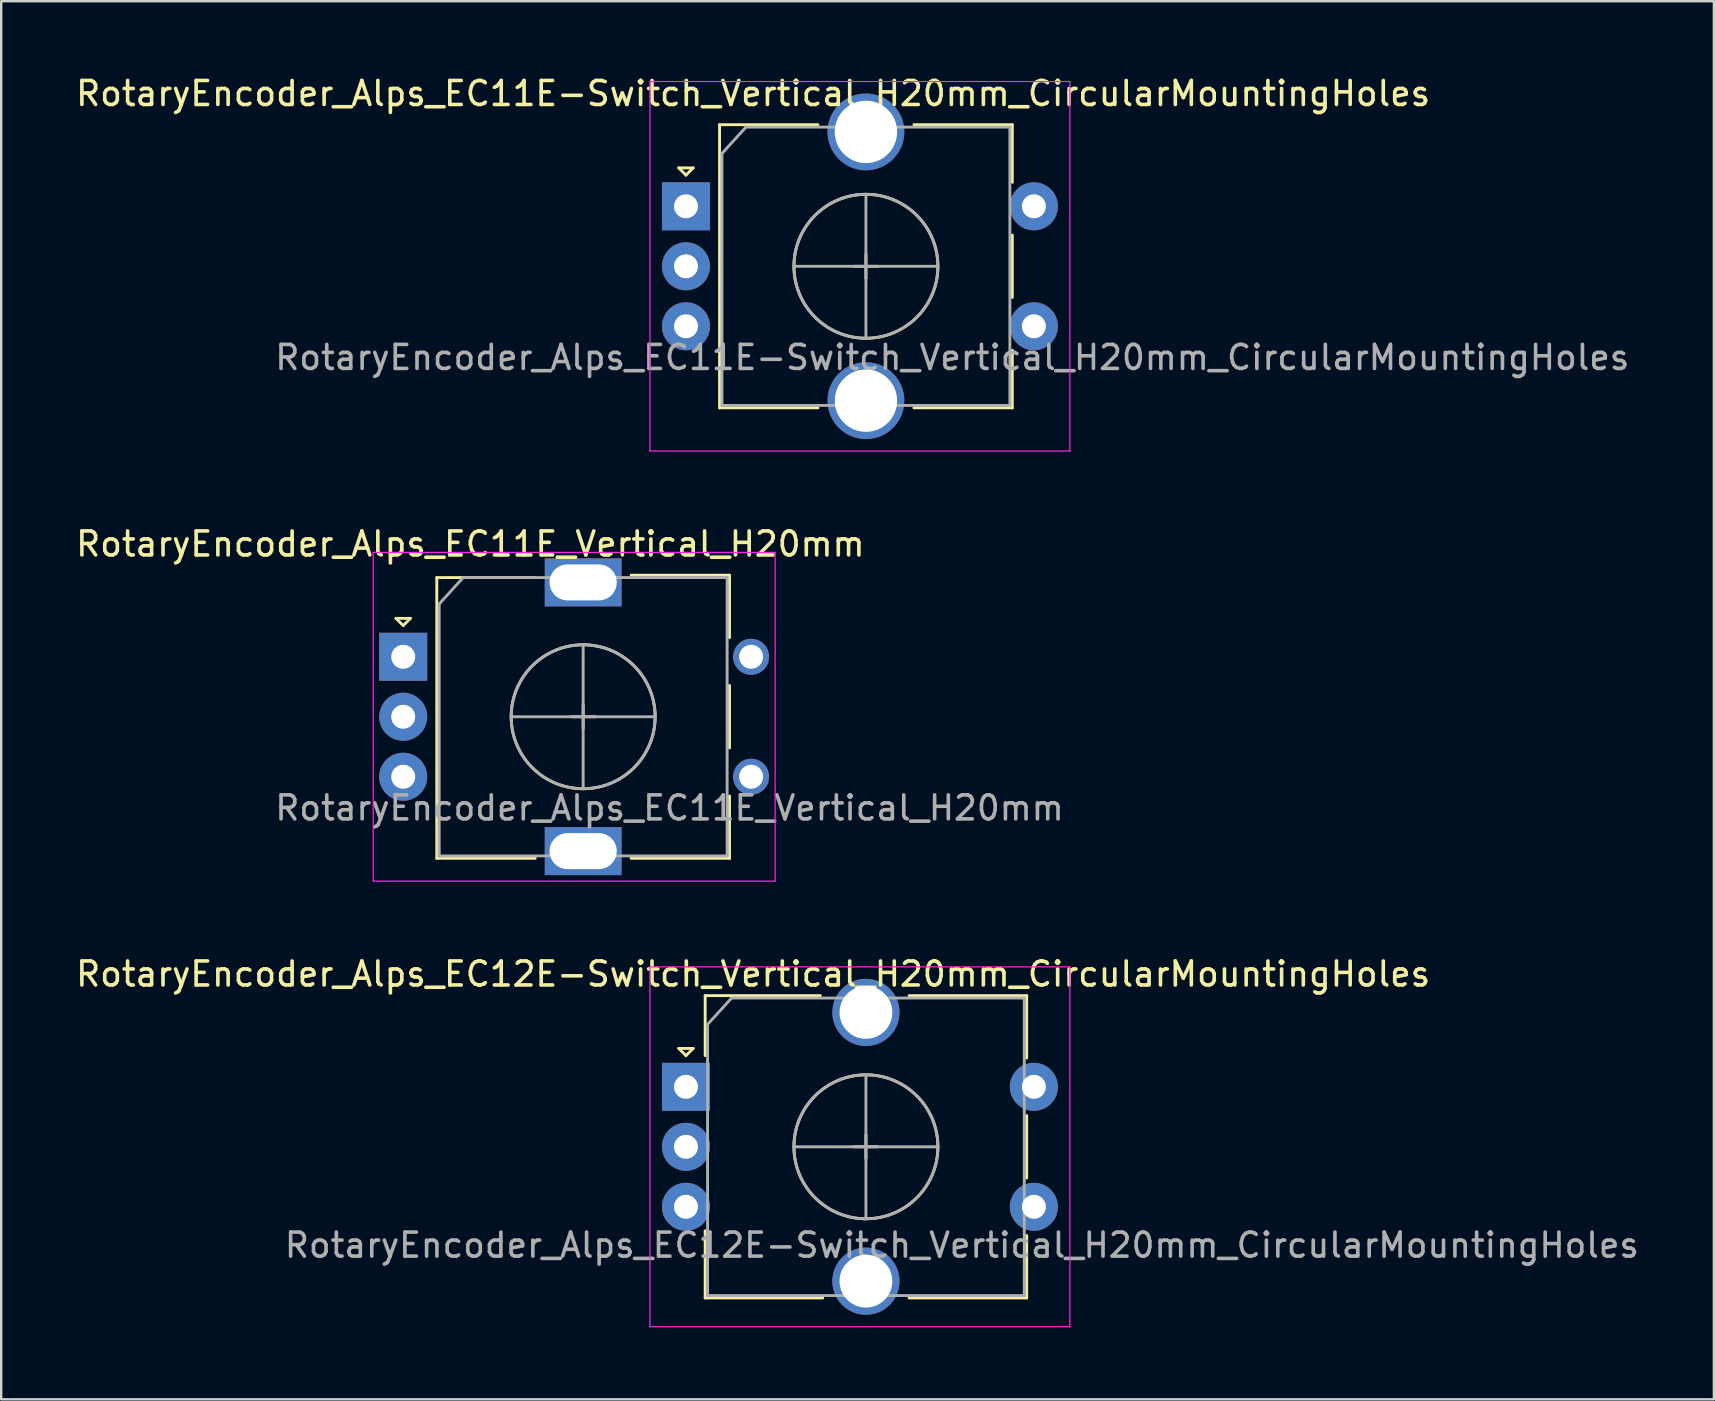
<source format=kicad_pcb>
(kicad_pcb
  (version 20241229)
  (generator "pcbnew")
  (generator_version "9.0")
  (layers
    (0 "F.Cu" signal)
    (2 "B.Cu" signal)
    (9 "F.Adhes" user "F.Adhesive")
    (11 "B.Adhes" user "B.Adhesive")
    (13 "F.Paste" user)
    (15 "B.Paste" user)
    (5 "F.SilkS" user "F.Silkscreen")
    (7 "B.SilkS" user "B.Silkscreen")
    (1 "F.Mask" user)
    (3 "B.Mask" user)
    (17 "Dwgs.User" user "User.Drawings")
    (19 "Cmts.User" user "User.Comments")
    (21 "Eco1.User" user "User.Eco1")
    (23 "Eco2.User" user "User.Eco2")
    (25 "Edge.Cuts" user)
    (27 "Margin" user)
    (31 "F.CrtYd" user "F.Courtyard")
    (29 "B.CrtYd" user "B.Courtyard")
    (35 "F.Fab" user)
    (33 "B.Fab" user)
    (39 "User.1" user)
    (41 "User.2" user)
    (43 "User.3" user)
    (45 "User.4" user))
  (footprint "RotaryEncoder_Alps_EC12E-Switch_Vertical_H20mm_CircularMountingHoles"
    (layer "F.Cu")
    (at 25.539 42.245)
    (property "Reference" "RotaryEncoder_Alps_EC12E-Switch_Vertical_H20mm_CircularMountingHoles" (at 2.8 -4.7 0) (layer "F.SilkS") (effects (font (size 1 1) (thickness 0.15))))
    (attr through_hole)
    (fp_line (start -0.3 -1.6) (end 0.3 -1.6) (stroke (width 0.12) (type solid)) (layer "F.SilkS"))
    (fp_line (start 0 -1.3) (end -0.3 -1.6) (stroke (width 0.12) (type solid)) (layer "F.SilkS"))
    (fp_line (start 0.3 -1.6) (end 0 -1.3) (stroke (width 0.12) (type solid)) (layer "F.SilkS"))
    (fp_line (start 0.8 -3.8) (end 0.8 -1.3) (stroke (width 0.12) (type solid)) (layer "F.SilkS"))
    (fp_line (start 0.8 8.8) (end 0.8 6) (stroke (width 0.12) (type solid)) (layer "F.SilkS"))
    (fp_line (start 5.6 -3.8) (end 0.8 -3.8) (stroke (width 0.12) (type solid)) (layer "F.SilkS"))
    (fp_line (start 5.7 8.8) (end 0.8 8.8) (stroke (width 0.12) (type solid)) (layer "F.SilkS"))
    (fp_line (start 7 2.5) (end 8 2.5) (stroke (width 0.12) (type solid)) (layer "F.SilkS"))
    (fp_line (start 7.5 2) (end 7.5 3) (stroke (width 0.12) (type solid)) (layer "F.SilkS"))
    (fp_line (start 9.3 -3.8) (end 14.2 -3.8) (stroke (width 0.12) (type solid)) (layer "F.SilkS"))
    (fp_line (start 14.2 -3.8) (end 14.2 -1.2) (stroke (width 0.12) (type solid)) (layer "F.SilkS"))
    (fp_line (start 14.2 1.2) (end 14.2 3.8) (stroke (width 0.12) (type solid)) (layer "F.SilkS"))
    (fp_line (start 14.2 6.2) (end 14.2 8.8) (stroke (width 0.12) (type solid)) (layer "F.SilkS"))
    (fp_line (start 14.2 8.8) (end 9.3 8.8) (stroke (width 0.12) (type solid)) (layer "F.SilkS"))
    (fp_circle (center 7.5 2.5) (end 10.5 2.5) (stroke (width 0.12) (type solid)) (fill no) (layer "F.SilkS"))
    (fp_line (start -1.5 -5) (end -1.5 10) (stroke (width 0.05) (type solid)) (layer "F.CrtYd"))
    (fp_line (start -1.5 -5) (end 16 -5) (stroke (width 0.05) (type solid)) (layer "F.CrtYd"))
    (fp_line (start 16 10) (end -1.5 10) (stroke (width 0.05) (type solid)) (layer "F.CrtYd"))
    (fp_line (start 16 10) (end 16 -5) (stroke (width 0.05) (type solid)) (layer "F.CrtYd"))
    (fp_line (start 0.9 -2.6) (end 1.9 -3.7) (stroke (width 0.12) (type solid)) (layer "F.Fab"))
    (fp_line (start 0.9 8.7) (end 0.9 -2.6) (stroke (width 0.12) (type solid)) (layer "F.Fab"))
    (fp_line (start 1.9 -3.7) (end 14.1 -3.7) (stroke (width 0.12) (type solid)) (layer "F.Fab"))
    (fp_line (start 4.5 2.5) (end 10.5 2.5) (stroke (width 0.12) (type solid)) (layer "F.Fab"))
    (fp_line (start 7.5 -0.5) (end 7.5 5.5) (stroke (width 0.12) (type solid)) (layer "F.Fab"))
    (fp_line (start 14.1 -3.7) (end 14.1 8.7) (stroke (width 0.12) (type solid)) (layer "F.Fab"))
    (fp_line (start 14.1 8.7) (end 0.9 8.7) (stroke (width 0.12) (type solid)) (layer "F.Fab"))
    (fp_circle (center 7.5 2.5) (end 10.5 2.5) (stroke (width 0.12) (type solid)) (fill no) (layer "F.Fab"))
    (fp_text user "${REFERENCE}" (at 11.5 6.6 0) (layer "F.Fab") (effects (font (size 1 1) (thickness 0.15))))
    (pad "A" thru_hole rect (at 0 0) (size 2 2) (drill 1) (layers "*.Cu" "*.Mask"))
    (pad "B" thru_hole circle (at 0 5) (size 2 2) (drill 1) (layers "*.Cu" "*.Mask"))
    (pad "C" thru_hole circle (at 0 2.5) (size 2 2) (drill 1) (layers "*.Cu" "*.Mask"))
    (pad "MP" thru_hole circle (at 7.5 -3.1) (size 2.8 2.8) (drill 2.2) (layers "*.Cu" "*.Mask"))
    (pad "MP" thru_hole circle (at 7.5 8.1) (size 2.8 2.8) (drill 2.2) (layers "*.Cu" "*.Mask"))
    (pad "S1" thru_hole circle (at 14.5 0) (size 2 2) (drill 1) (layers "*.Cu" "*.Mask"))
    (pad "S2" thru_hole circle (at 14.5 5) (size 2 2) (drill 1) (layers "*.Cu" "*.Mask")))
  (footprint "RotaryEncoder_Alps_EC11E_Vertical_H20mm"
    (layer "F.Cu")
    (at 13.754 24.322)
    (property "Reference" "RotaryEncoder_Alps_EC11E_Vertical_H20mm" (at 2.8 -4.7 0) (layer "F.SilkS") (effects (font (size 1 1) (thickness 0.15))))
    (attr through_hole)
    (fp_line (start -0.3 -1.6) (end 0.3 -1.6) (stroke (width 0.12) (type solid)) (layer "F.SilkS"))
    (fp_line (start 0 -1.3) (end -0.3 -1.6) (stroke (width 0.12) (type solid)) (layer "F.SilkS"))
    (fp_line (start 0.3 -1.6) (end 0 -1.3) (stroke (width 0.12) (type solid)) (layer "F.SilkS"))
    (fp_line (start 1.4 -3.3) (end 1.4 8.4) (stroke (width 0.12) (type solid)) (layer "F.SilkS"))
    (fp_line (start 5.5 -3.3) (end 1.4 -3.3) (stroke (width 0.12) (type solid)) (layer "F.SilkS"))
    (fp_line (start 5.5 8.4) (end 1.4 8.4) (stroke (width 0.12) (type solid)) (layer "F.SilkS"))
    (fp_line (start 7 2.5) (end 8 2.5) (stroke (width 0.12) (type solid)) (layer "F.SilkS"))
    (fp_line (start 7.5 2) (end 7.5 3) (stroke (width 0.12) (type solid)) (layer "F.SilkS"))
    (fp_line (start 9.5 -3.4) (end 13.6 -3.4) (stroke (width 0.12) (type solid)) (layer "F.SilkS"))
    (fp_line (start 13.6 -3.4) (end 13.6 -0.8) (stroke (width 0.12) (type solid)) (layer "F.SilkS"))
    (fp_line (start 13.6 1.2) (end 13.6 3.8) (stroke (width 0.12) (type solid)) (layer "F.SilkS"))
    (fp_line (start 13.6 5.8) (end 13.6 8.4) (stroke (width 0.12) (type solid)) (layer "F.SilkS"))
    (fp_line (start 13.6 8.4) (end 9.5 8.4) (stroke (width 0.12) (type solid)) (layer "F.SilkS"))
    (fp_circle (center 7.5 2.5) (end 10.5 2.5) (stroke (width 0.12) (type solid)) (fill no) (layer "F.SilkS"))
    (fp_line (start -1.25 -4.35) (end -1.25 9.35) (stroke (width 0.05) (type solid)) (layer "F.CrtYd"))
    (fp_line (start -1.25 -4.35) (end 15.5 -4.35) (stroke (width 0.05) (type solid)) (layer "F.CrtYd"))
    (fp_line (start 15.5 9.35) (end -1.25 9.35) (stroke (width 0.05) (type solid)) (layer "F.CrtYd"))
    (fp_line (start 15.5 9.35) (end 15.5 -4.35) (stroke (width 0.05) (type solid)) (layer "F.CrtYd"))
    (fp_line (start 1.5 -2.2) (end 2.5 -3.3) (stroke (width 0.12) (type solid)) (layer "F.Fab"))
    (fp_line (start 1.5 8.3) (end 1.5 -2.2) (stroke (width 0.12) (type solid)) (layer "F.Fab"))
    (fp_line (start 2.5 -3.3) (end 13.5 -3.3) (stroke (width 0.12) (type solid)) (layer "F.Fab"))
    (fp_line (start 4.5 2.5) (end 10.5 2.5) (stroke (width 0.12) (type solid)) (layer "F.Fab"))
    (fp_line (start 7.5 -0.5) (end 7.5 5.5) (stroke (width 0.12) (type solid)) (layer "F.Fab"))
    (fp_line (start 13.5 -3.3) (end 13.5 8.3) (stroke (width 0.12) (type solid)) (layer "F.Fab"))
    (fp_line (start 13.5 8.3) (end 1.5 8.3) (stroke (width 0.12) (type solid)) (layer "F.Fab"))
    (fp_circle (center 7.5 2.5) (end 10.5 2.5) (stroke (width 0.12) (type solid)) (fill no) (layer "F.Fab"))
    (fp_text user "${REFERENCE}" (at 11.1 6.3 0) (layer "F.Fab") (effects (font (size 1 1) (thickness 0.15))))
    (pad "" thru_hole circle (at 14.5 0) (size 1.5 1.5) (drill 1) (layers "*.Cu" "*.Mask"))
    (pad "" thru_hole circle (at 14.5 5) (size 1.5 1.5) (drill 1) (layers "*.Cu" "*.Mask"))
    (pad "A" thru_hole rect (at 0 0) (size 2 2) (drill 1) (layers "*.Cu" "*.Mask"))
    (pad "B" thru_hole circle (at 0 5) (size 2 2) (drill 1) (layers "*.Cu" "*.Mask"))
    (pad "C" thru_hole circle (at 0 2.5) (size 2 2) (drill 1) (layers "*.Cu" "*.Mask"))
    (pad "MP" thru_hole rect (at 7.5 -3.1) (size 3.2 2) (drill oval 2.8 1.5) (layers "*.Cu" "*.Mask"))
    (pad "MP" thru_hole rect (at 7.5 8.1) (size 3.2 2) (drill oval 2.8 1.5) (layers "*.Cu" "*.Mask")))
  (footprint "RotaryEncoder_Alps_EC11E-Switch_Vertical_H20mm_CircularMountingHoles"
    (layer "F.Cu")
    (at 25.539 5.548)
    (property "Reference" "RotaryEncoder_Alps_EC11E-Switch_Vertical_H20mm_CircularMountingHoles" (at 2.8 -4.7 0) (layer "F.SilkS") (effects (font (size 1 1) (thickness 0.15))))
    (attr through_hole)
    (fp_line (start -0.3 -1.6) (end 0.3 -1.6) (stroke (width 0.12) (type solid)) (layer "F.SilkS"))
    (fp_line (start 0 -1.3) (end -0.3 -1.6) (stroke (width 0.12) (type solid)) (layer "F.SilkS"))
    (fp_line (start 0.3 -1.6) (end 0 -1.3) (stroke (width 0.12) (type solid)) (layer "F.SilkS"))
    (fp_line (start 1.4 -3.4) (end 1.4 8.4) (stroke (width 0.12) (type solid)) (layer "F.SilkS"))
    (fp_line (start 5.5 -3.4) (end 1.4 -3.4) (stroke (width 0.12) (type solid)) (layer "F.SilkS"))
    (fp_line (start 5.5 8.4) (end 1.4 8.4) (stroke (width 0.12) (type solid)) (layer "F.SilkS"))
    (fp_line (start 7 2.5) (end 8 2.5) (stroke (width 0.12) (type solid)) (layer "F.SilkS"))
    (fp_line (start 7.5 2) (end 7.5 3) (stroke (width 0.12) (type solid)) (layer "F.SilkS"))
    (fp_line (start 9.5 -3.4) (end 13.6 -3.4) (stroke (width 0.12) (type solid)) (layer "F.SilkS"))
    (fp_line (start 13.6 -3.4) (end 13.6 -1) (stroke (width 0.12) (type solid)) (layer "F.SilkS"))
    (fp_line (start 13.6 1.2) (end 13.6 3.8) (stroke (width 0.12) (type solid)) (layer "F.SilkS"))
    (fp_line (start 13.6 6) (end 13.6 8.4) (stroke (width 0.12) (type solid)) (layer "F.SilkS"))
    (fp_line (start 13.6 8.4) (end 9.5 8.4) (stroke (width 0.12) (type solid)) (layer "F.SilkS"))
    (fp_circle (center 7.5 2.5) (end 10.5 2.5) (stroke (width 0.12) (type solid)) (fill no) (layer "F.SilkS"))
    (fp_line (start -1.5 -5.2) (end -1.5 10.2) (stroke (width 0.05) (type solid)) (layer "F.CrtYd"))
    (fp_line (start -1.5 -5.2) (end 16 -5.2) (stroke (width 0.05) (type solid)) (layer "F.CrtYd"))
    (fp_line (start 16 10.2) (end -1.5 10.2) (stroke (width 0.05) (type solid)) (layer "F.CrtYd"))
    (fp_line (start 16 10.2) (end 16 -5.2) (stroke (width 0.05) (type solid)) (layer "F.CrtYd"))
    (fp_line (start 1.5 -2.2) (end 2.5 -3.3) (stroke (width 0.12) (type solid)) (layer "F.Fab"))
    (fp_line (start 1.5 8.3) (end 1.5 -2.2) (stroke (width 0.12) (type solid)) (layer "F.Fab"))
    (fp_line (start 2.5 -3.3) (end 13.5 -3.3) (stroke (width 0.12) (type solid)) (layer "F.Fab"))
    (fp_line (start 4.5 2.5) (end 10.5 2.5) (stroke (width 0.12) (type solid)) (layer "F.Fab"))
    (fp_line (start 7.5 -0.5) (end 7.5 5.5) (stroke (width 0.12) (type solid)) (layer "F.Fab"))
    (fp_line (start 13.5 -3.3) (end 13.5 8.3) (stroke (width 0.12) (type solid)) (layer "F.Fab"))
    (fp_line (start 13.5 8.3) (end 1.5 8.3) (stroke (width 0.12) (type solid)) (layer "F.Fab"))
    (fp_circle (center 7.5 2.5) (end 10.5 2.5) (stroke (width 0.12) (type solid)) (fill no) (layer "F.Fab"))
    (fp_text user "${REFERENCE}" (at 11.1 6.3 0) (layer "F.Fab") (effects (font (size 1 1) (thickness 0.15))))
    (pad "A" thru_hole rect (at 0 0) (size 2 2) (drill 1) (layers "*.Cu" "*.Mask"))
    (pad "B" thru_hole circle (at 0 5) (size 2 2) (drill 1) (layers "*.Cu" "*.Mask"))
    (pad "C" thru_hole circle (at 0 2.5) (size 2 2) (drill 1) (layers "*.Cu" "*.Mask"))
    (pad "MP" thru_hole circle (at 7.5 -3.1) (size 3.2 3.2) (drill 2.6) (layers "*.Cu" "*.Mask"))
    (pad "MP" thru_hole circle (at 7.5 8.1) (size 3.2 3.2) (drill 2.6) (layers "*.Cu" "*.Mask"))
    (pad "S1" thru_hole circle (at 14.5 5) (size 2 2) (drill 1) (layers "*.Cu" "*.Mask"))
    (pad "S2" thru_hole circle (at 14.5 0) (size 2 2) (drill 1) (layers "*.Cu" "*.Mask")))
  (gr_rect
    (start -3 -3)
    (end 68.379 55.27)
    (stroke (width 0.1) (type default))
    (fill no)
    (layer "Edge.Cuts")))
</source>
